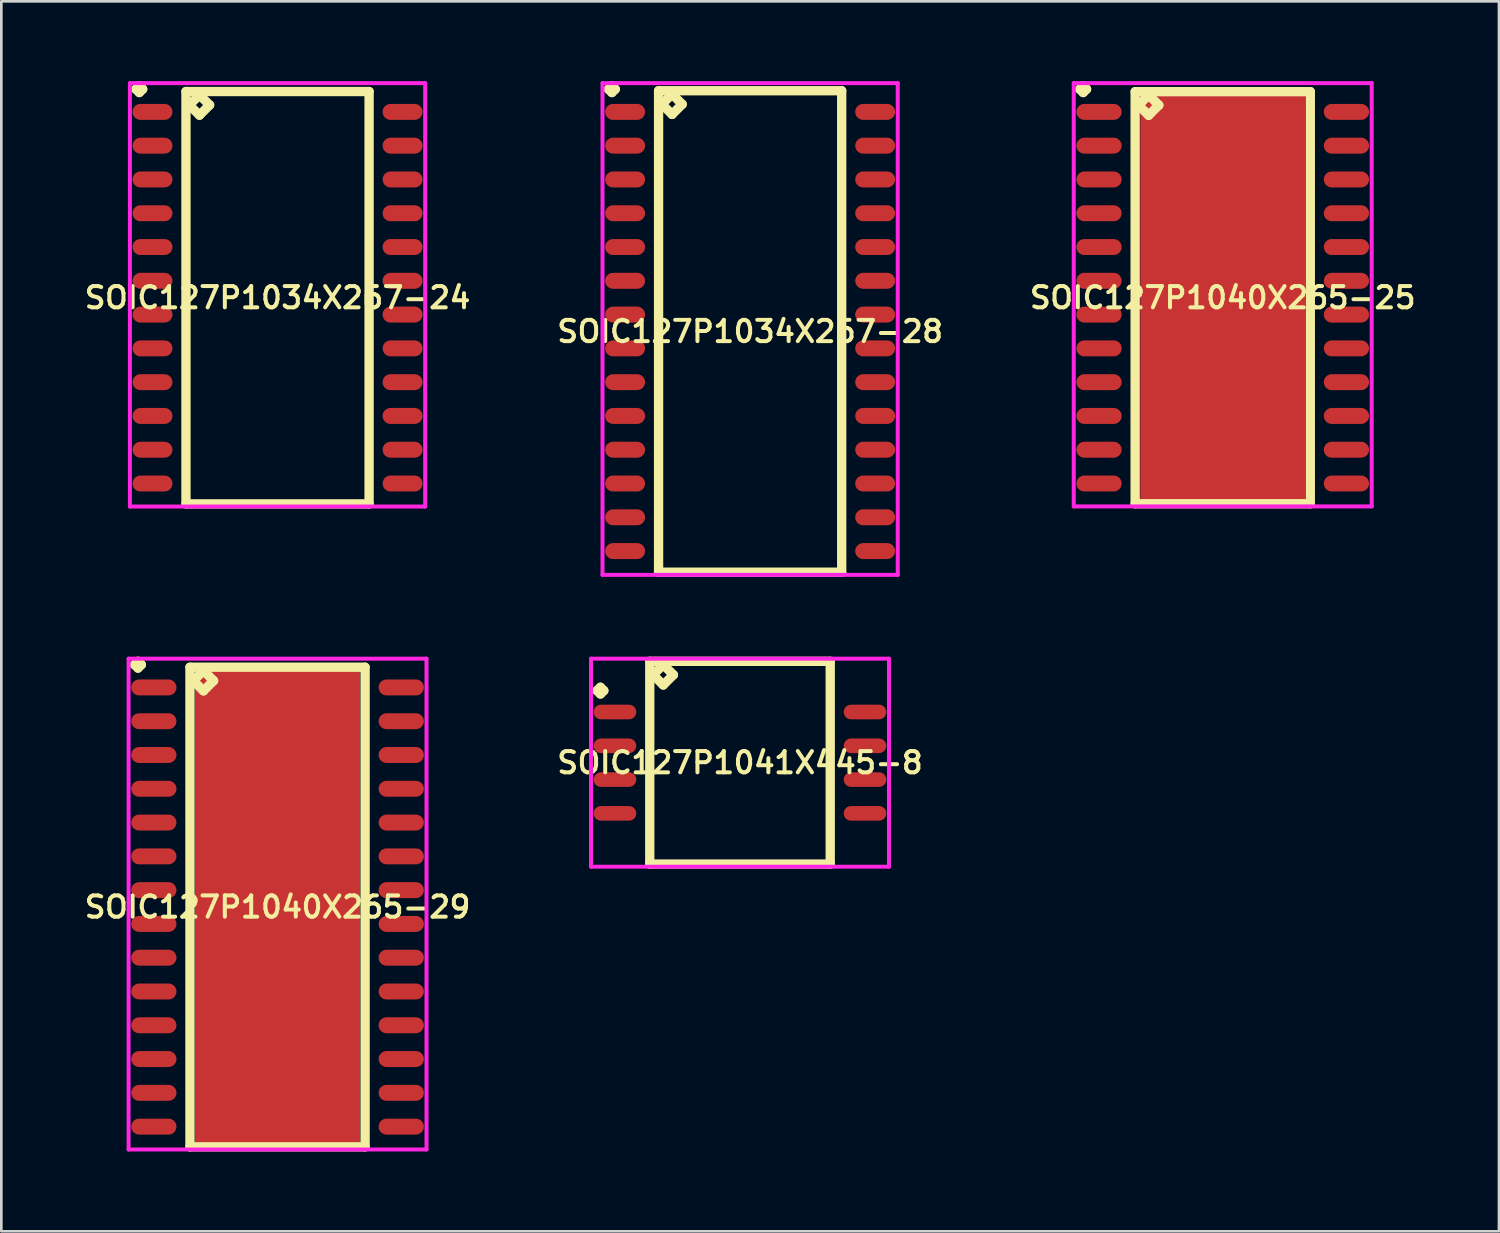
<source format=kicad_pcb>
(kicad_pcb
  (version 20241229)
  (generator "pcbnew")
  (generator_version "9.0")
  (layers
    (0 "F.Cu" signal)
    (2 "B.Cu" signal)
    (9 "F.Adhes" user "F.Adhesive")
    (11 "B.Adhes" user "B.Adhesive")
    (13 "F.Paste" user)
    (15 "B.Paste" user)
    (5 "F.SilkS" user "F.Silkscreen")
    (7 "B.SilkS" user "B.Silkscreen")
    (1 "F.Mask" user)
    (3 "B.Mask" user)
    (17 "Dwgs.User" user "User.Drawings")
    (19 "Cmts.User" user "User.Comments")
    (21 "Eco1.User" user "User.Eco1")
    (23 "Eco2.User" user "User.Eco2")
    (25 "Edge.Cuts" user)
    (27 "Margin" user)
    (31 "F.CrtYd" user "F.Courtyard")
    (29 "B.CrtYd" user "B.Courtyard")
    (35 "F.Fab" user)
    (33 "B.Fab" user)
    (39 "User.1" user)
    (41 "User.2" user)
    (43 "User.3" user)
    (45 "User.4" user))
  (footprint "SOIC127P1040X265-29"
    (layer "F.Cu")
    (at 7.383 31.047)
    (property "Reference" "SOIC127P1040X265-29" (at 0 0 0) (layer "F.SilkS") (effects (font (size 0.8 0.8) (thickness 0.15))))
    (attr smd)
    (fp_line (start -5.373 -9.109) (end -5.246 -9.236) (stroke (width 0.35) (type solid)) (layer "F.SilkS"))
    (fp_line (start -5.246 -9.236) (end -5.119 -9.109) (stroke (width 0.35) (type solid)) (layer "F.SilkS"))
    (fp_line (start -5.246 -8.982) (end -5.373 -9.109) (stroke (width 0.35) (type solid)) (layer "F.SilkS"))
    (fp_line (start -5.119 -9.109) (end -5.246 -8.982) (stroke (width 0.35) (type solid)) (layer "F.SilkS"))
    (fp_line (start -3.292 -9.015) (end -3.292 9.015) (stroke (width 0.35) (type solid)) (layer "F.SilkS"))
    (fp_line (start -3.292 9.015) (end 3.292 9.015) (stroke (width 0.35) (type solid)) (layer "F.SilkS"))
    (fp_line (start -3.165 -8.507) (end -2.784 -8.888) (stroke (width 0.35) (type solid)) (layer "F.SilkS"))
    (fp_line (start -2.784 -8.888) (end -2.403 -8.507) (stroke (width 0.35) (type solid)) (layer "F.SilkS"))
    (fp_line (start -2.784 -8.126) (end -3.165 -8.507) (stroke (width 0.35) (type solid)) (layer "F.SilkS"))
    (fp_line (start -2.403 -8.507) (end -2.784 -8.126) (stroke (width 0.35) (type solid)) (layer "F.SilkS"))
    (fp_line (start 3.292 -9.015) (end -3.292 -9.015) (stroke (width 0.35) (type solid)) (layer "F.SilkS"))
    (fp_line (start 3.292 9.015) (end 3.292 -9.015) (stroke (width 0.35) (type solid)) (layer "F.SilkS"))
    (fp_line (start -5.6 -9.336) (end 5.6 -9.336) (stroke (width 0.15) (type solid)) (layer "F.CrtYd"))
    (fp_line (start -5.6 9.115) (end -5.6 -9.336) (stroke (width 0.15) (type solid)) (layer "F.CrtYd"))
    (fp_line (start 5.6 -9.336) (end 5.6 9.115) (stroke (width 0.15) (type solid)) (layer "F.CrtYd"))
    (fp_line (start 5.6 9.115) (end -5.6 9.115) (stroke (width 0.15) (type solid)) (layer "F.CrtYd"))
    (pad "1" smd oval (at -4.65 -8.255) (size 1.7 0.6) (layers "F.Cu" "F.Mask" "F.Paste"))
    (pad "2" smd oval (at -4.65 -6.985) (size 1.7 0.6) (layers "F.Cu" "F.Mask" "F.Paste"))
    (pad "3" smd oval (at -4.65 -5.715) (size 1.7 0.6) (layers "F.Cu" "F.Mask" "F.Paste"))
    (pad "4" smd oval (at -4.65 -4.445) (size 1.7 0.6) (layers "F.Cu" "F.Mask" "F.Paste"))
    (pad "5" smd oval (at -4.65 -3.175) (size 1.7 0.6) (layers "F.Cu" "F.Mask" "F.Paste"))
    (pad "6" smd oval (at -4.65 -1.905) (size 1.7 0.6) (layers "F.Cu" "F.Mask" "F.Paste"))
    (pad "7" smd oval (at -4.65 -0.635) (size 1.7 0.6) (layers "F.Cu" "F.Mask" "F.Paste"))
    (pad "8" smd oval (at -4.65 0.635) (size 1.7 0.6) (layers "F.Cu" "F.Mask" "F.Paste"))
    (pad "9" smd oval (at -4.65 1.905) (size 1.7 0.6) (layers "F.Cu" "F.Mask" "F.Paste"))
    (pad "10" smd oval (at -4.65 3.175) (size 1.7 0.6) (layers "F.Cu" "F.Mask" "F.Paste"))
    (pad "11" smd oval (at -4.65 4.445) (size 1.7 0.6) (layers "F.Cu" "F.Mask" "F.Paste"))
    (pad "12" smd oval (at -4.65 5.715) (size 1.7 0.6) (layers "F.Cu" "F.Mask" "F.Paste"))
    (pad "13" smd oval (at -4.65 6.985) (size 1.7 0.6) (layers "F.Cu" "F.Mask" "F.Paste"))
    (pad "14" smd oval (at -4.65 8.255) (size 1.7 0.6) (layers "F.Cu" "F.Mask" "F.Paste"))
    (pad "15" smd oval (at 4.65 8.255) (size 1.7 0.6) (layers "F.Cu" "F.Mask" "F.Paste"))
    (pad "16" smd oval (at 4.65 6.985) (size 1.7 0.6) (layers "F.Cu" "F.Mask" "F.Paste"))
    (pad "17" smd oval (at 4.65 5.715) (size 1.7 0.6) (layers "F.Cu" "F.Mask" "F.Paste"))
    (pad "18" smd oval (at 4.65 4.445) (size 1.7 0.6) (layers "F.Cu" "F.Mask" "F.Paste"))
    (pad "19" smd oval (at 4.65 3.175) (size 1.7 0.6) (layers "F.Cu" "F.Mask" "F.Paste"))
    (pad "20" smd oval (at 4.65 1.905) (size 1.7 0.6) (layers "F.Cu" "F.Mask" "F.Paste"))
    (pad "21" smd oval (at 4.65 0.635) (size 1.7 0.6) (layers "F.Cu" "F.Mask" "F.Paste"))
    (pad "22" smd oval (at 4.65 -0.635) (size 1.7 0.6) (layers "F.Cu" "F.Mask" "F.Paste"))
    (pad "23" smd oval (at 4.65 -1.905) (size 1.7 0.6) (layers "F.Cu" "F.Mask" "F.Paste"))
    (pad "24" smd oval (at 4.65 -3.175) (size 1.7 0.6) (layers "F.Cu" "F.Mask" "F.Paste"))
    (pad "25" smd oval (at 4.65 -4.445) (size 1.7 0.6) (layers "F.Cu" "F.Mask" "F.Paste"))
    (pad "26" smd oval (at 4.65 -5.715) (size 1.7 0.6) (layers "F.Cu" "F.Mask" "F.Paste"))
    (pad "27" smd oval (at 4.65 -6.985) (size 1.7 0.6) (layers "F.Cu" "F.Mask" "F.Paste"))
    (pad "28" smd oval (at 4.65 -8.255) (size 1.7 0.6) (layers "F.Cu" "F.Mask" "F.Paste"))
    (pad "29" smd rect (at 0 0) (size 6.2 18) (layers "F.Cu" "F.Mask" "F.Paste")))
  (footprint "SOIC127P1034X267-28"
    (layer "F.Cu")
    (at 25.149 9.411)
    (property "Reference" "SOIC127P1034X267-28" (at 0 0 0) (layer "F.SilkS") (effects (font (size 0.8 0.8) (thickness 0.15))))
    (attr smd)
    (fp_line (start -5.323 -9.109) (end -5.196 -9.236) (stroke (width 0.35) (type solid)) (layer "F.SilkS"))
    (fp_line (start -5.196 -9.236) (end -5.069 -9.109) (stroke (width 0.35) (type solid)) (layer "F.SilkS"))
    (fp_line (start -5.196 -8.982) (end -5.323 -9.109) (stroke (width 0.35) (type solid)) (layer "F.SilkS"))
    (fp_line (start -5.069 -9.109) (end -5.196 -8.982) (stroke (width 0.35) (type solid)) (layer "F.SilkS"))
    (fp_line (start -3.442 -9.05) (end -3.442 9.05) (stroke (width 0.35) (type solid)) (layer "F.SilkS"))
    (fp_line (start -3.442 9.05) (end 3.442 9.05) (stroke (width 0.35) (type solid)) (layer "F.SilkS"))
    (fp_line (start -3.315 -8.542) (end -2.934 -8.923) (stroke (width 0.35) (type solid)) (layer "F.SilkS"))
    (fp_line (start -2.934 -8.923) (end -2.553 -8.542) (stroke (width 0.35) (type solid)) (layer "F.SilkS"))
    (fp_line (start -2.934 -8.161) (end -3.315 -8.542) (stroke (width 0.35) (type solid)) (layer "F.SilkS"))
    (fp_line (start -2.553 -8.542) (end -2.934 -8.161) (stroke (width 0.35) (type solid)) (layer "F.SilkS"))
    (fp_line (start 3.442 -9.05) (end -3.442 -9.05) (stroke (width 0.35) (type solid)) (layer "F.SilkS"))
    (fp_line (start 3.442 9.05) (end 3.442 -9.05) (stroke (width 0.35) (type solid)) (layer "F.SilkS"))
    (fp_line (start -5.55 -9.336) (end 5.55 -9.336) (stroke (width 0.15) (type solid)) (layer "F.CrtYd"))
    (fp_line (start -5.55 9.15) (end -5.55 -9.336) (stroke (width 0.15) (type solid)) (layer "F.CrtYd"))
    (fp_line (start 5.55 -9.336) (end 5.55 9.15) (stroke (width 0.15) (type solid)) (layer "F.CrtYd"))
    (fp_line (start 5.55 9.15) (end -5.55 9.15) (stroke (width 0.15) (type solid)) (layer "F.CrtYd"))
    (pad "1" smd oval (at -4.7 -8.255) (size 1.5 0.6) (layers "F.Cu" "F.Mask" "F.Paste"))
    (pad "2" smd oval (at -4.7 -6.985) (size 1.5 0.6) (layers "F.Cu" "F.Mask" "F.Paste"))
    (pad "3" smd oval (at -4.7 -5.715) (size 1.5 0.6) (layers "F.Cu" "F.Mask" "F.Paste"))
    (pad "4" smd oval (at -4.7 -4.445) (size 1.5 0.6) (layers "F.Cu" "F.Mask" "F.Paste"))
    (pad "5" smd oval (at -4.7 -3.175) (size 1.5 0.6) (layers "F.Cu" "F.Mask" "F.Paste"))
    (pad "6" smd oval (at -4.7 -1.905) (size 1.5 0.6) (layers "F.Cu" "F.Mask" "F.Paste"))
    (pad "7" smd oval (at -4.7 -0.635) (size 1.5 0.6) (layers "F.Cu" "F.Mask" "F.Paste"))
    (pad "8" smd oval (at -4.7 0.635) (size 1.5 0.6) (layers "F.Cu" "F.Mask" "F.Paste"))
    (pad "9" smd oval (at -4.7 1.905) (size 1.5 0.6) (layers "F.Cu" "F.Mask" "F.Paste"))
    (pad "10" smd oval (at -4.7 3.175) (size 1.5 0.6) (layers "F.Cu" "F.Mask" "F.Paste"))
    (pad "11" smd oval (at -4.7 4.445) (size 1.5 0.6) (layers "F.Cu" "F.Mask" "F.Paste"))
    (pad "12" smd oval (at -4.7 5.715) (size 1.5 0.6) (layers "F.Cu" "F.Mask" "F.Paste"))
    (pad "13" smd oval (at -4.7 6.985) (size 1.5 0.6) (layers "F.Cu" "F.Mask" "F.Paste"))
    (pad "14" smd oval (at -4.7 8.255) (size 1.5 0.6) (layers "F.Cu" "F.Mask" "F.Paste"))
    (pad "15" smd oval (at 4.7 8.255) (size 1.5 0.6) (layers "F.Cu" "F.Mask" "F.Paste"))
    (pad "16" smd oval (at 4.7 6.985) (size 1.5 0.6) (layers "F.Cu" "F.Mask" "F.Paste"))
    (pad "17" smd oval (at 4.7 5.715) (size 1.5 0.6) (layers "F.Cu" "F.Mask" "F.Paste"))
    (pad "18" smd oval (at 4.7 4.445) (size 1.5 0.6) (layers "F.Cu" "F.Mask" "F.Paste"))
    (pad "19" smd oval (at 4.7 3.175) (size 1.5 0.6) (layers "F.Cu" "F.Mask" "F.Paste"))
    (pad "20" smd oval (at 4.7 1.905) (size 1.5 0.6) (layers "F.Cu" "F.Mask" "F.Paste"))
    (pad "21" smd oval (at 4.7 0.635) (size 1.5 0.6) (layers "F.Cu" "F.Mask" "F.Paste"))
    (pad "22" smd oval (at 4.7 -0.635) (size 1.5 0.6) (layers "F.Cu" "F.Mask" "F.Paste"))
    (pad "23" smd oval (at 4.7 -1.905) (size 1.5 0.6) (layers "F.Cu" "F.Mask" "F.Paste"))
    (pad "24" smd oval (at 4.7 -3.175) (size 1.5 0.6) (layers "F.Cu" "F.Mask" "F.Paste"))
    (pad "25" smd oval (at 4.7 -4.445) (size 1.5 0.6) (layers "F.Cu" "F.Mask" "F.Paste"))
    (pad "26" smd oval (at 4.7 -5.715) (size 1.5 0.6) (layers "F.Cu" "F.Mask" "F.Paste"))
    (pad "27" smd oval (at 4.7 -6.985) (size 1.5 0.6) (layers "F.Cu" "F.Mask" "F.Paste"))
    (pad "28" smd oval (at 4.7 -8.255) (size 1.5 0.6) (layers "F.Cu" "F.Mask" "F.Paste")))
  (footprint "SOIC127P1040X265-25"
    (layer "F.Cu")
    (at 42.915 8.141)
    (property "Reference" "SOIC127P1040X265-25" (at 0 0 0) (layer "F.SilkS") (effects (font (size 0.8 0.8) (thickness 0.15))))
    (attr smd)
    (fp_line (start -5.373 -7.839) (end -5.246 -7.966) (stroke (width 0.35) (type solid)) (layer "F.SilkS"))
    (fp_line (start -5.246 -7.966) (end -5.119 -7.839) (stroke (width 0.35) (type solid)) (layer "F.SilkS"))
    (fp_line (start -5.246 -7.712) (end -5.373 -7.839) (stroke (width 0.35) (type solid)) (layer "F.SilkS"))
    (fp_line (start -5.119 -7.839) (end -5.246 -7.712) (stroke (width 0.35) (type solid)) (layer "F.SilkS"))
    (fp_line (start -3.292 -7.745) (end -3.292 7.745) (stroke (width 0.35) (type solid)) (layer "F.SilkS"))
    (fp_line (start -3.292 7.745) (end 3.292 7.745) (stroke (width 0.35) (type solid)) (layer "F.SilkS"))
    (fp_line (start -3.165 -7.237) (end -2.784 -7.618) (stroke (width 0.35) (type solid)) (layer "F.SilkS"))
    (fp_line (start -2.784 -7.618) (end -2.403 -7.237) (stroke (width 0.35) (type solid)) (layer "F.SilkS"))
    (fp_line (start -2.784 -6.856) (end -3.165 -7.237) (stroke (width 0.35) (type solid)) (layer "F.SilkS"))
    (fp_line (start -2.403 -7.237) (end -2.784 -6.856) (stroke (width 0.35) (type solid)) (layer "F.SilkS"))
    (fp_line (start 3.292 -7.745) (end -3.292 -7.745) (stroke (width 0.35) (type solid)) (layer "F.SilkS"))
    (fp_line (start 3.292 7.745) (end 3.292 -7.745) (stroke (width 0.35) (type solid)) (layer "F.SilkS"))
    (fp_line (start -5.6 -8.066) (end 5.6 -8.066) (stroke (width 0.15) (type solid)) (layer "F.CrtYd"))
    (fp_line (start -5.6 7.845) (end -5.6 -8.066) (stroke (width 0.15) (type solid)) (layer "F.CrtYd"))
    (fp_line (start 5.6 -8.066) (end 5.6 7.845) (stroke (width 0.15) (type solid)) (layer "F.CrtYd"))
    (fp_line (start 5.6 7.845) (end -5.6 7.845) (stroke (width 0.15) (type solid)) (layer "F.CrtYd"))
    (pad "1" smd oval (at -4.65 -6.985) (size 1.7 0.6) (layers "F.Cu" "F.Mask" "F.Paste"))
    (pad "2" smd oval (at -4.65 -5.715) (size 1.7 0.6) (layers "F.Cu" "F.Mask" "F.Paste"))
    (pad "3" smd oval (at -4.65 -4.445) (size 1.7 0.6) (layers "F.Cu" "F.Mask" "F.Paste"))
    (pad "4" smd oval (at -4.65 -3.175) (size 1.7 0.6) (layers "F.Cu" "F.Mask" "F.Paste"))
    (pad "5" smd oval (at -4.65 -1.905) (size 1.7 0.6) (layers "F.Cu" "F.Mask" "F.Paste"))
    (pad "6" smd oval (at -4.65 -0.635) (size 1.7 0.6) (layers "F.Cu" "F.Mask" "F.Paste"))
    (pad "7" smd oval (at -4.65 0.635) (size 1.7 0.6) (layers "F.Cu" "F.Mask" "F.Paste"))
    (pad "8" smd oval (at -4.65 1.905) (size 1.7 0.6) (layers "F.Cu" "F.Mask" "F.Paste"))
    (pad "9" smd oval (at -4.65 3.175) (size 1.7 0.6) (layers "F.Cu" "F.Mask" "F.Paste"))
    (pad "10" smd oval (at -4.65 4.445) (size 1.7 0.6) (layers "F.Cu" "F.Mask" "F.Paste"))
    (pad "11" smd oval (at -4.65 5.715) (size 1.7 0.6) (layers "F.Cu" "F.Mask" "F.Paste"))
    (pad "12" smd oval (at -4.65 6.985) (size 1.7 0.6) (layers "F.Cu" "F.Mask" "F.Paste"))
    (pad "13" smd oval (at 4.65 6.985) (size 1.7 0.6) (layers "F.Cu" "F.Mask" "F.Paste"))
    (pad "14" smd oval (at 4.65 5.715) (size 1.7 0.6) (layers "F.Cu" "F.Mask" "F.Paste"))
    (pad "15" smd oval (at 4.65 4.445) (size 1.7 0.6) (layers "F.Cu" "F.Mask" "F.Paste"))
    (pad "16" smd oval (at 4.65 3.175) (size 1.7 0.6) (layers "F.Cu" "F.Mask" "F.Paste"))
    (pad "17" smd oval (at 4.65 1.905) (size 1.7 0.6) (layers "F.Cu" "F.Mask" "F.Paste"))
    (pad "18" smd oval (at 4.65 0.635) (size 1.7 0.6) (layers "F.Cu" "F.Mask" "F.Paste"))
    (pad "19" smd oval (at 4.65 -0.635) (size 1.7 0.6) (layers "F.Cu" "F.Mask" "F.Paste"))
    (pad "20" smd oval (at 4.65 -1.905) (size 1.7 0.6) (layers "F.Cu" "F.Mask" "F.Paste"))
    (pad "21" smd oval (at 4.65 -3.175) (size 1.7 0.6) (layers "F.Cu" "F.Mask" "F.Paste"))
    (pad "22" smd oval (at 4.65 -4.445) (size 1.7 0.6) (layers "F.Cu" "F.Mask" "F.Paste"))
    (pad "23" smd oval (at 4.65 -5.715) (size 1.7 0.6) (layers "F.Cu" "F.Mask" "F.Paste"))
    (pad "24" smd oval (at 4.65 -6.985) (size 1.7 0.6) (layers "F.Cu" "F.Mask" "F.Paste"))
    (pad "25" smd rect (at 0 0) (size 6.2 15.45) (layers "F.Cu" "F.Mask" "F.Paste")))
  (footprint "SOIC127P1041X445-8"
    (layer "F.Cu")
    (at 24.768 25.621)
    (property "Reference" "SOIC127P1041X445-8" (at 0 0 0) (layer "F.SilkS") (effects (font (size 0.8 0.8) (thickness 0.15))))
    (attr smd)
    (fp_line (start -5.373 -2.709) (end -5.246 -2.836) (stroke (width 0.35) (type solid)) (layer "F.SilkS"))
    (fp_line (start -5.246 -2.836) (end -5.119 -2.709) (stroke (width 0.35) (type solid)) (layer "F.SilkS"))
    (fp_line (start -5.246 -2.582) (end -5.373 -2.709) (stroke (width 0.35) (type solid)) (layer "F.SilkS"))
    (fp_line (start -5.119 -2.709) (end -5.246 -2.582) (stroke (width 0.35) (type solid)) (layer "F.SilkS"))
    (fp_line (start -3.392 -3.81) (end -3.392 3.81) (stroke (width 0.35) (type solid)) (layer "F.SilkS"))
    (fp_line (start -3.392 3.81) (end 3.392 3.81) (stroke (width 0.35) (type solid)) (layer "F.SilkS"))
    (fp_line (start -3.265 -3.302) (end -2.884 -3.683) (stroke (width 0.35) (type solid)) (layer "F.SilkS"))
    (fp_line (start -2.884 -3.683) (end -2.503 -3.302) (stroke (width 0.35) (type solid)) (layer "F.SilkS"))
    (fp_line (start -2.884 -2.921) (end -3.265 -3.302) (stroke (width 0.35) (type solid)) (layer "F.SilkS"))
    (fp_line (start -2.503 -3.302) (end -2.884 -2.921) (stroke (width 0.35) (type solid)) (layer "F.SilkS"))
    (fp_line (start 3.392 -3.81) (end -3.392 -3.81) (stroke (width 0.35) (type solid)) (layer "F.SilkS"))
    (fp_line (start 3.392 3.81) (end 3.392 -3.81) (stroke (width 0.35) (type solid)) (layer "F.SilkS"))
    (fp_line (start -5.6 -3.91) (end 5.6 -3.91) (stroke (width 0.15) (type solid)) (layer "F.CrtYd"))
    (fp_line (start -5.6 3.91) (end -5.6 -3.91) (stroke (width 0.15) (type solid)) (layer "F.CrtYd"))
    (fp_line (start 5.6 -3.91) (end 5.6 3.91) (stroke (width 0.15) (type solid)) (layer "F.CrtYd"))
    (fp_line (start 5.6 3.91) (end -5.6 3.91) (stroke (width 0.15) (type solid)) (layer "F.CrtYd"))
    (pad "1" smd oval (at -4.7 -1.905) (size 1.6 0.55) (layers "F.Cu" "F.Mask" "F.Paste"))
    (pad "2" smd oval (at -4.7 -0.635) (size 1.6 0.55) (layers "F.Cu" "F.Mask" "F.Paste"))
    (pad "3" smd oval (at -4.7 0.635) (size 1.6 0.55) (layers "F.Cu" "F.Mask" "F.Paste"))
    (pad "4" smd oval (at -4.7 1.905) (size 1.6 0.55) (layers "F.Cu" "F.Mask" "F.Paste"))
    (pad "5" smd oval (at 4.7 1.905) (size 1.6 0.55) (layers "F.Cu" "F.Mask" "F.Paste"))
    (pad "6" smd oval (at 4.7 0.635) (size 1.6 0.55) (layers "F.Cu" "F.Mask" "F.Paste"))
    (pad "7" smd oval (at 4.7 -0.635) (size 1.6 0.55) (layers "F.Cu" "F.Mask" "F.Paste"))
    (pad "8" smd oval (at 4.7 -1.905) (size 1.6 0.55) (layers "F.Cu" "F.Mask" "F.Paste")))
  (footprint "SOIC127P1034X267-24"
    (layer "F.Cu")
    (at 7.383 8.141)
    (property "Reference" "SOIC127P1034X267-24" (at 0 0 0) (layer "F.SilkS") (effects (font (size 0.8 0.8) (thickness 0.15))))
    (attr smd)
    (fp_line (start -5.323 -7.839) (end -5.196 -7.966) (stroke (width 0.35) (type solid)) (layer "F.SilkS"))
    (fp_line (start -5.196 -7.966) (end -5.069 -7.839) (stroke (width 0.35) (type solid)) (layer "F.SilkS"))
    (fp_line (start -5.196 -7.712) (end -5.323 -7.839) (stroke (width 0.35) (type solid)) (layer "F.SilkS"))
    (fp_line (start -5.069 -7.839) (end -5.196 -7.712) (stroke (width 0.35) (type solid)) (layer "F.SilkS"))
    (fp_line (start -3.442 -7.75) (end -3.442 7.75) (stroke (width 0.35) (type solid)) (layer "F.SilkS"))
    (fp_line (start -3.442 7.75) (end 3.442 7.75) (stroke (width 0.35) (type solid)) (layer "F.SilkS"))
    (fp_line (start -3.315 -7.242) (end -2.934 -7.623) (stroke (width 0.35) (type solid)) (layer "F.SilkS"))
    (fp_line (start -2.934 -7.623) (end -2.553 -7.242) (stroke (width 0.35) (type solid)) (layer "F.SilkS"))
    (fp_line (start -2.934 -6.861) (end -3.315 -7.242) (stroke (width 0.35) (type solid)) (layer "F.SilkS"))
    (fp_line (start -2.553 -7.242) (end -2.934 -6.861) (stroke (width 0.35) (type solid)) (layer "F.SilkS"))
    (fp_line (start 3.442 -7.75) (end -3.442 -7.75) (stroke (width 0.35) (type solid)) (layer "F.SilkS"))
    (fp_line (start 3.442 7.75) (end 3.442 -7.75) (stroke (width 0.35) (type solid)) (layer "F.SilkS"))
    (fp_line (start -5.55 -8.066) (end 5.55 -8.066) (stroke (width 0.15) (type solid)) (layer "F.CrtYd"))
    (fp_line (start -5.55 7.85) (end -5.55 -8.066) (stroke (width 0.15) (type solid)) (layer "F.CrtYd"))
    (fp_line (start 5.55 -8.066) (end 5.55 7.85) (stroke (width 0.15) (type solid)) (layer "F.CrtYd"))
    (fp_line (start 5.55 7.85) (end -5.55 7.85) (stroke (width 0.15) (type solid)) (layer "F.CrtYd"))
    (pad "1" smd oval (at -4.7 -6.985) (size 1.5 0.6) (layers "F.Cu" "F.Mask" "F.Paste"))
    (pad "2" smd oval (at -4.7 -5.715) (size 1.5 0.6) (layers "F.Cu" "F.Mask" "F.Paste"))
    (pad "3" smd oval (at -4.7 -4.445) (size 1.5 0.6) (layers "F.Cu" "F.Mask" "F.Paste"))
    (pad "4" smd oval (at -4.7 -3.175) (size 1.5 0.6) (layers "F.Cu" "F.Mask" "F.Paste"))
    (pad "5" smd oval (at -4.7 -1.905) (size 1.5 0.6) (layers "F.Cu" "F.Mask" "F.Paste"))
    (pad "6" smd oval (at -4.7 -0.635) (size 1.5 0.6) (layers "F.Cu" "F.Mask" "F.Paste"))
    (pad "7" smd oval (at -4.7 0.635) (size 1.5 0.6) (layers "F.Cu" "F.Mask" "F.Paste"))
    (pad "8" smd oval (at -4.7 1.905) (size 1.5 0.6) (layers "F.Cu" "F.Mask" "F.Paste"))
    (pad "9" smd oval (at -4.7 3.175) (size 1.5 0.6) (layers "F.Cu" "F.Mask" "F.Paste"))
    (pad "10" smd oval (at -4.7 4.445) (size 1.5 0.6) (layers "F.Cu" "F.Mask" "F.Paste"))
    (pad "11" smd oval (at -4.7 5.715) (size 1.5 0.6) (layers "F.Cu" "F.Mask" "F.Paste"))
    (pad "12" smd oval (at -4.7 6.985) (size 1.5 0.6) (layers "F.Cu" "F.Mask" "F.Paste"))
    (pad "13" smd oval (at 4.7 6.985) (size 1.5 0.6) (layers "F.Cu" "F.Mask" "F.Paste"))
    (pad "14" smd oval (at 4.7 5.715) (size 1.5 0.6) (layers "F.Cu" "F.Mask" "F.Paste"))
    (pad "15" smd oval (at 4.7 4.445) (size 1.5 0.6) (layers "F.Cu" "F.Mask" "F.Paste"))
    (pad "16" smd oval (at 4.7 3.175) (size 1.5 0.6) (layers "F.Cu" "F.Mask" "F.Paste"))
    (pad "17" smd oval (at 4.7 1.905) (size 1.5 0.6) (layers "F.Cu" "F.Mask" "F.Paste"))
    (pad "18" smd oval (at 4.7 0.635) (size 1.5 0.6) (layers "F.Cu" "F.Mask" "F.Paste"))
    (pad "19" smd oval (at 4.7 -0.635) (size 1.5 0.6) (layers "F.Cu" "F.Mask" "F.Paste"))
    (pad "20" smd oval (at 4.7 -1.905) (size 1.5 0.6) (layers "F.Cu" "F.Mask" "F.Paste"))
    (pad "21" smd oval (at 4.7 -3.175) (size 1.5 0.6) (layers "F.Cu" "F.Mask" "F.Paste"))
    (pad "22" smd oval (at 4.7 -4.445) (size 1.5 0.6) (layers "F.Cu" "F.Mask" "F.Paste"))
    (pad "23" smd oval (at 4.7 -5.715) (size 1.5 0.6) (layers "F.Cu" "F.Mask" "F.Paste"))
    (pad "24" smd oval (at 4.7 -6.985) (size 1.5 0.6) (layers "F.Cu" "F.Mask" "F.Paste")))
  (gr_rect
    (start -3 -3)
    (end 53.299 43.237)
    (stroke (width 0.1) (type default))
    (fill no)
    (layer "Edge.Cuts")))
</source>
